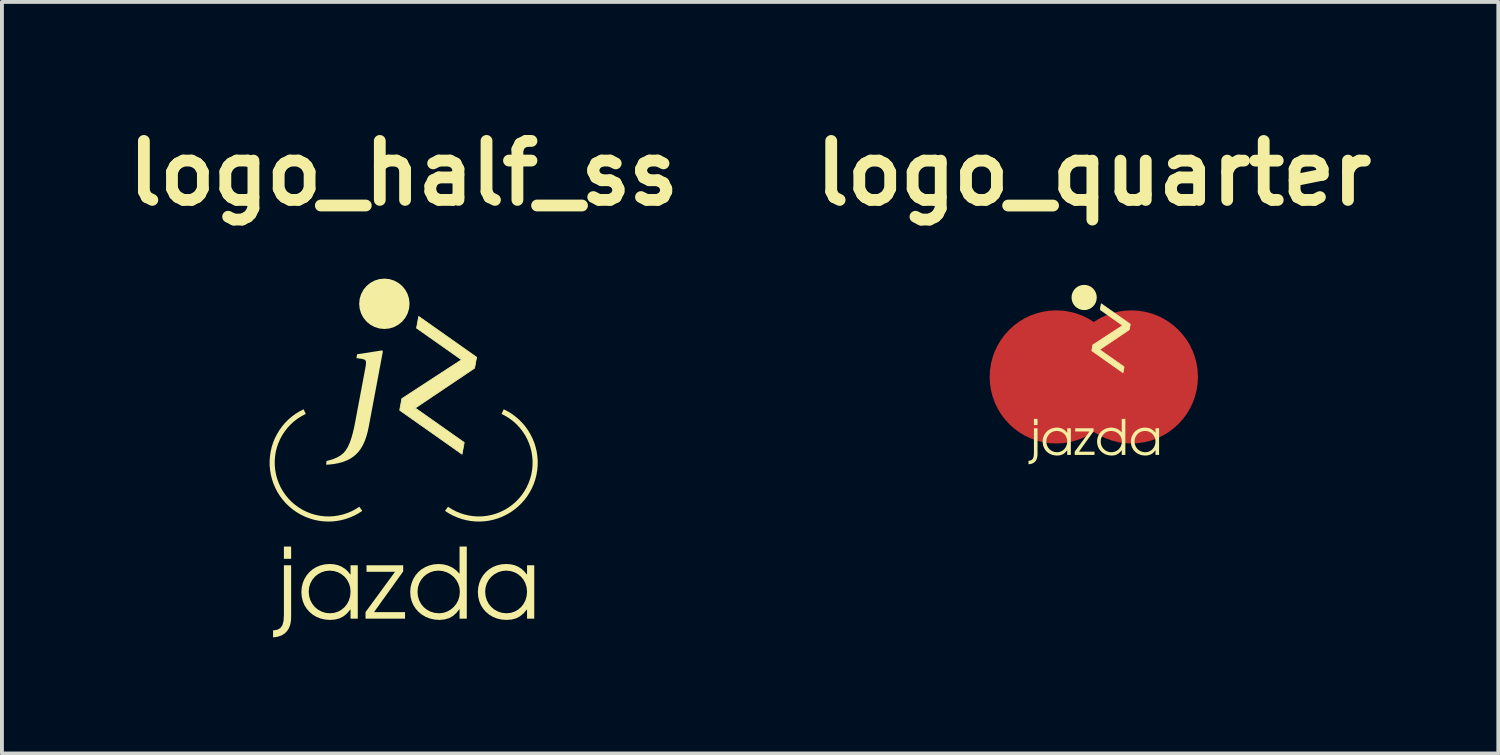
<source format=kicad_pcb>
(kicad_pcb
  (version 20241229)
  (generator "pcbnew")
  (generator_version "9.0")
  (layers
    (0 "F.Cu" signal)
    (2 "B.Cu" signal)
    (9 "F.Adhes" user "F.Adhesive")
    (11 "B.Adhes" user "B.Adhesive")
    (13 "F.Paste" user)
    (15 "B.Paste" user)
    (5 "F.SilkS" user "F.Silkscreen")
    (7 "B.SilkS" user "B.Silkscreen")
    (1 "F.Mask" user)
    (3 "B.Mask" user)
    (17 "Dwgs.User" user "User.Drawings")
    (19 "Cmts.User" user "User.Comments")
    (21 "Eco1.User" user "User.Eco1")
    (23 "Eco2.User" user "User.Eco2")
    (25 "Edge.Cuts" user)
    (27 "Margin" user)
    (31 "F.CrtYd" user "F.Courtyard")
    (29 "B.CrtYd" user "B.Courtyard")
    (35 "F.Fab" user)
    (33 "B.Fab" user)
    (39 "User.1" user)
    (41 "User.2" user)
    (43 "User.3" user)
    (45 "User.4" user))
  (footprint "logo_quarter"
    (layer "F.Cu")
    (at 25.214 6.711)
    (property "Reference" "logo_quarter" (at 0 -5.284 0) (layer "F.SilkS") (effects (font (size 1.524 1.524) (thickness 0.305))))
    (attr smd)
    (fp_circle (center -0.971 -0.021) (end -0.971 -0.021) (stroke (width 1.72) (type solid)) (fill no) (layer "F.Cu"))
    (fp_circle (center 0.971 -0.021) (end 0.971 -0.021) (stroke (width 1.72) (type solid)) (fill no) (layer "F.Cu"))
    (fp_poly (pts (xy -0.28 -1.471) (xy -0.601 -1.421) (xy -0.61 -1.372) (xy -0.537 -1.362) (xy -0.5 -1.35) (xy -0.485 -1.324) (xy -0.49 -1.272) (xy -0.626 -0.546) (xy -0.641 -0.475) (xy -0.657 -0.407) (xy -0.675 -0.342) (xy -0.696 -0.282) (xy -0.719 -0.228) (xy -0.746 -0.183) (xy -0.779 -0.145) (xy -0.819 -0.112) (xy -0.868 -0.085) (xy -0.927 -0.061) (xy -0.997 -0.042) (xy -1.002 0.005) (xy -0.96 0.004) (xy -0.908 -0.002) (xy -0.852 -0.012) (xy -0.784 -0.03) (xy -0.725 -0.054) (xy -0.672 -0.083) (xy -0.627 -0.117) (xy -0.588 -0.157) (xy -0.554 -0.201) (xy -0.525 -0.25) (xy -0.501 -0.303) (xy -0.481 -0.361) (xy -0.465 -0.423) (xy -0.451 -0.489) (xy -0.268 -1.459) (xy -0.28 -1.471)) (stroke (width 0) (type solid)) (fill yes) (layer "F.Cu"))
    (fp_poly (pts (xy -0.28 -1.471) (xy -0.601 -1.421) (xy -0.61 -1.372) (xy -0.537 -1.362) (xy -0.5 -1.35) (xy -0.485 -1.324) (xy -0.49 -1.272) (xy -0.626 -0.546) (xy -0.641 -0.475) (xy -0.657 -0.407) (xy -0.675 -0.342) (xy -0.696 -0.282) (xy -0.719 -0.228) (xy -0.746 -0.183) (xy -0.779 -0.145) (xy -0.819 -0.112) (xy -0.868 -0.085) (xy -0.927 -0.061) (xy -0.997 -0.042) (xy -1.002 0.005) (xy -0.96 0.004) (xy -0.908 -0.002) (xy -0.852 -0.012) (xy -0.784 -0.03) (xy -0.725 -0.054) (xy -0.672 -0.083) (xy -0.627 -0.117) (xy -0.588 -0.157) (xy -0.554 -0.201) (xy -0.525 -0.25) (xy -0.501 -0.303) (xy -0.481 -0.361) (xy -0.465 -0.423) (xy -0.451 -0.489) (xy -0.268 -1.459) (xy -0.28 -1.471)) (stroke (width 0) (type solid)) (fill yes) (layer "F.Mask"))
    (fp_poly (pts (xy -1.293 -0.71) (xy -1.347 -0.682) (xy -1.399 -0.65) (xy -1.447 -0.615) (xy -1.493 -0.575) (xy -1.534 -0.533) (xy -1.573 -0.487) (xy -1.607 -0.439) (xy -1.638 -0.388) (xy -1.664 -0.335) (xy -1.687 -0.28) (xy -1.705 -0.223) (xy -1.719 -0.164) (xy -1.728 -0.104) (xy -1.732 -0.043) (xy -1.731 0.018) (xy -1.726 0.079) (xy -1.716 0.138) (xy -1.701 0.196) (xy -1.681 0.252) (xy -1.658 0.307) (xy -1.63 0.36) (xy -1.599 0.41) (xy -1.563 0.457) (xy -1.524 0.502) (xy -1.481 0.544) (xy -1.435 0.583) (xy -1.385 0.618) (xy -1.333 0.649) (xy -1.277 0.676) (xy -1.221 0.698) (xy -1.163 0.715) (xy -1.105 0.728) (xy -1.046 0.736) (xy -0.987 0.74) (xy -0.927 0.739) (xy -0.868 0.733) (xy -0.81 0.723) (xy -0.752 0.708) (xy -0.695 0.688) (xy -0.64 0.664) (xy -0.587 0.636) (xy -0.535 0.602) (xy -0.573 0.548) (xy -0.624 0.581) (xy -0.676 0.608) (xy -0.731 0.631) (xy -0.787 0.649) (xy -0.844 0.662) (xy -0.902 0.671) (xy -0.96 0.674) (xy -1.019 0.672) (xy -1.077 0.666) (xy -1.134 0.655) (xy -1.191 0.638) (xy -1.247 0.617) (xy -1.301 0.591) (xy -1.353 0.56) (xy -1.401 0.525) (xy -1.446 0.487) (xy -1.487 0.445) (xy -1.525 0.4) (xy -1.558 0.352) (xy -1.587 0.301) (xy -1.612 0.248) (xy -1.633 0.193) (xy -1.648 0.137) (xy -1.659 0.079) (xy -1.665 0.019) (xy -1.666 -0.041) (xy -1.662 -0.101) (xy -1.652 -0.16) (xy -1.638 -0.217) (xy -1.619 -0.273) (xy -1.595 -0.327) (xy -1.568 -0.378) (xy -1.535 -0.427) (xy -1.499 -0.473) (xy -1.46 -0.515) (xy -1.416 -0.555) (xy -1.369 -0.591) (xy -1.319 -0.623) (xy -1.265 -0.65) (xy -1.293 -0.71)) (stroke (width 0) (type solid)) (fill yes) (layer "F.Mask"))
    (fp_poly (pts (xy 1.292 -0.71) (xy 1.347 -0.682) (xy 1.398 -0.65) (xy 1.447 -0.615) (xy 1.492 -0.575) (xy 1.534 -0.533) (xy 1.572 -0.487) (xy 1.607 -0.439) (xy 1.638 -0.388) (xy 1.664 -0.335) (xy 1.687 -0.28) (xy 1.705 -0.223) (xy 1.719 -0.164) (xy 1.728 -0.104) (xy 1.732 -0.043) (xy 1.731 0.018) (xy 1.726 0.079) (xy 1.715 0.138) (xy 1.701 0.196) (xy 1.681 0.252) (xy 1.658 0.307) (xy 1.63 0.36) (xy 1.598 0.41) (xy 1.563 0.457) (xy 1.524 0.502) (xy 1.481 0.544) (xy 1.434 0.583) (xy 1.385 0.618) (xy 1.332 0.649) (xy 1.277 0.676) (xy 1.22 0.698) (xy 1.163 0.715) (xy 1.104 0.728) (xy 1.045 0.736) (xy 0.986 0.74) (xy 0.927 0.739) (xy 0.868 0.733) (xy 0.809 0.723) (xy 0.752 0.708) (xy 0.695 0.688) (xy 0.64 0.664) (xy 0.586 0.636) (xy 0.535 0.602) (xy 0.572 0.548) (xy 0.623 0.581) (xy 0.676 0.608) (xy 0.731 0.631) (xy 0.786 0.649) (xy 0.844 0.662) (xy 0.901 0.671) (xy 0.96 0.674) (xy 1.018 0.672) (xy 1.076 0.666) (xy 1.134 0.655) (xy 1.191 0.638) (xy 1.247 0.617) (xy 1.301 0.591) (xy 1.353 0.56) (xy 1.401 0.525) (xy 1.446 0.487) (xy 1.487 0.445) (xy 1.524 0.4) (xy 1.558 0.352) (xy 1.587 0.301) (xy 1.612 0.248) (xy 1.632 0.193) (xy 1.648 0.137) (xy 1.659 0.079) (xy 1.665 0.019) (xy 1.666 -0.041) (xy 1.661 -0.101) (xy 1.652 -0.16) (xy 1.637 -0.217) (xy 1.618 -0.273) (xy 1.595 -0.327) (xy 1.567 -0.378) (xy 1.535 -0.427) (xy 1.499 -0.473) (xy 1.459 -0.515) (xy 1.415 -0.555) (xy 1.368 -0.591) (xy 1.318 -0.623) (xy 1.265 -0.65) (xy 1.292 -0.71)) (stroke (width 0) (type solid)) (fill yes) (layer "F.Mask"))
    (fp_circle (center -0.249 -2.074) (end -0.249 -2.074) (stroke (width 0.326) (type solid)) (fill no) (layer "F.SilkS"))
    (fp_poly (pts (xy -0.493 1.994) (xy 0.018 1.994) (xy 0.018 1.91) (xy -0.383 1.91) (xy -0.006 1.384) (xy -0.006 1.305) (xy -0.48 1.305) (xy -0.48 1.389) (xy -0.112 1.389) (xy -0.493 1.91) (xy -0.493 1.994)) (stroke (width 0) (type solid)) (fill yes) (layer "F.SilkS"))
    (fp_poly (pts (xy -0.051 -0.698) (xy 0.754 -0.131) (xy 0.782 -0.281) (xy 0.149 -0.726) (xy 0.916 -1.242) (xy 0.942 -1.383) (xy 0.194 -1.91) (xy 0.167 -1.76) (xy 0.747 -1.351) (xy -0.024 -0.848) (xy -0.051 -0.698)) (stroke (width 0.021) (type solid)) (fill yes) (layer "F.SilkS"))
    (fp_poly (pts (xy -1.454 1.305) (xy -1.547 1.222) (xy -1.454 1.222) (xy -1.454 1.063) (xy -1.547 1.063) (xy -1.547 1.222) (xy -1.454 1.305) (xy -1.547 1.305) (xy -1.547 1.946) (xy -1.552 2.022) (xy -1.566 2.077) (xy -1.593 2.115) (xy -1.633 2.138) (xy -1.687 2.147) (xy -1.687 2.236) (xy -1.631 2.229) (xy -1.582 2.213) (xy -1.54 2.189) (xy -1.507 2.156) (xy -1.482 2.116) (xy -1.464 2.067) (xy -1.455 2.011) (xy -1.454 1.946) (xy -1.454 1.305)) (stroke (width 0) (type solid)) (fill yes) (layer "F.SilkS"))
    (fp_poly (pts (xy 0.815 1.063) (xy 0.704 1.541) (xy 0.72 1.593) (xy 0.726 1.648) (xy 0.72 1.703) (xy 0.705 1.755) (xy 0.68 1.803) (xy 0.647 1.844) (xy 0.607 1.878) (xy 0.562 1.903) (xy 0.511 1.919) (xy 0.457 1.925) (xy 0.4 1.92) (xy 0.347 1.904) (xy 0.299 1.879) (xy 0.259 1.845) (xy 0.225 1.804) (xy 0.2 1.757) (xy 0.184 1.704) (xy 0.179 1.646) (xy 0.184 1.591) (xy 0.2 1.54) (xy 0.225 1.494) (xy 0.257 1.454) (xy 0.297 1.42) (xy 0.343 1.395) (xy 0.394 1.38) (xy 0.449 1.374) (xy 0.505 1.38) (xy 0.557 1.396) (xy 0.604 1.421) (xy 0.645 1.454) (xy 0.679 1.495) (xy 0.704 1.541) (xy 0.815 1.063) (xy 0.722 1.063) (xy 0.722 1.414) (xy 0.678 1.37) (xy 0.629 1.335) (xy 0.574 1.309) (xy 0.514 1.294) (xy 0.451 1.288) (xy 0.39 1.293) (xy 0.333 1.306) (xy 0.28 1.328) (xy 0.232 1.357) (xy 0.189 1.392) (xy 0.153 1.434) (xy 0.124 1.482) (xy 0.102 1.534) (xy 0.089 1.591) (xy 0.084 1.651) (xy 0.089 1.711) (xy 0.103 1.767) (xy 0.125 1.819) (xy 0.155 1.866) (xy 0.192 1.908) (xy 0.236 1.943) (xy 0.285 1.972) (xy 0.339 1.993) (xy 0.398 2.006) (xy 0.46 2.011) (xy 0.525 2.006) (xy 0.582 1.99) (xy 0.633 1.962) (xy 0.679 1.923) (xy 0.722 1.87) (xy 0.722 1.994) (xy 0.815 1.994) (xy 0.815 1.063)) (stroke (width 0) (type solid)) (fill yes) (layer "F.SilkS"))
    (fp_poly (pts (xy -0.593 1.305) (xy -0.731 1.493) (xy -0.707 1.539) (xy -0.692 1.591) (xy -0.686 1.646) (xy -0.692 1.704) (xy -0.707 1.756) (xy -0.731 1.804) (xy -0.763 1.845) (xy -0.802 1.878) (xy -0.847 1.904) (xy -0.897 1.92) (xy -0.951 1.925) (xy -1.008 1.919) (xy -1.06 1.903) (xy -1.107 1.878) (xy -1.148 1.844) (xy -1.181 1.803) (xy -1.206 1.755) (xy -1.222 1.702) (xy -1.227 1.645) (xy -1.222 1.59) (xy -1.206 1.54) (xy -1.181 1.494) (xy -1.148 1.453) (xy -1.108 1.42) (xy -1.062 1.395) (xy -1.011 1.38) (xy -0.956 1.374) (xy -0.901 1.38) (xy -0.85 1.395) (xy -0.804 1.42) (xy -0.764 1.453) (xy -0.731 1.493) (xy -0.593 1.305) (xy -0.686 1.305) (xy -0.686 1.427) (xy -0.722 1.384) (xy -0.761 1.349) (xy -0.804 1.322) (xy -0.85 1.303) (xy -0.902 1.292) (xy -0.959 1.288) (xy -1.019 1.293) (xy -1.076 1.306) (xy -1.128 1.328) (xy -1.176 1.357) (xy -1.218 1.392) (xy -1.253 1.434) (xy -1.282 1.482) (xy -1.304 1.534) (xy -1.317 1.591) (xy -1.322 1.651) (xy -1.317 1.712) (xy -1.304 1.768) (xy -1.282 1.82) (xy -1.253 1.867) (xy -1.216 1.909) (xy -1.174 1.944) (xy -1.125 1.972) (xy -1.071 1.993) (xy -1.013 2.006) (xy -0.951 2.011) (xy -0.886 2.006) (xy -0.829 1.991) (xy -0.778 1.965) (xy -0.731 1.926) (xy -0.686 1.873) (xy -0.686 1.994) (xy -0.593 1.994) (xy -0.593 1.305)) (stroke (width 0) (type solid)) (fill yes) (layer "F.SilkS"))
    (fp_poly (pts (xy 1.687 1.305) (xy 1.549 1.493) (xy 1.573 1.539) (xy 1.588 1.591) (xy 1.594 1.646) (xy 1.588 1.704) (xy 1.573 1.756) (xy 1.549 1.804) (xy 1.517 1.845) (xy 1.478 1.878) (xy 1.433 1.904) (xy 1.383 1.92) (xy 1.329 1.925) (xy 1.272 1.919) (xy 1.22 1.903) (xy 1.173 1.878) (xy 1.132 1.844) (xy 1.099 1.803) (xy 1.074 1.755) (xy 1.058 1.702) (xy 1.053 1.645) (xy 1.058 1.59) (xy 1.074 1.54) (xy 1.099 1.494) (xy 1.132 1.453) (xy 1.172 1.42) (xy 1.218 1.395) (xy 1.269 1.38) (xy 1.324 1.374) (xy 1.379 1.38) (xy 1.43 1.395) (xy 1.476 1.42) (xy 1.516 1.453) (xy 1.549 1.493) (xy 1.687 1.305) (xy 1.594 1.305) (xy 1.594 1.427) (xy 1.558 1.384) (xy 1.519 1.349) (xy 1.477 1.322) (xy 1.43 1.303) (xy 1.378 1.292) (xy 1.321 1.288) (xy 1.261 1.293) (xy 1.204 1.306) (xy 1.152 1.328) (xy 1.104 1.357) (xy 1.062 1.392) (xy 1.027 1.434) (xy 0.998 1.482) (xy 0.976 1.534) (xy 0.963 1.591) (xy 0.958 1.651) (xy 0.963 1.712) (xy 0.976 1.768) (xy 0.998 1.82) (xy 1.027 1.867) (xy 1.064 1.909) (xy 1.107 1.944) (xy 1.155 1.972) (xy 1.209 1.993) (xy 1.267 2.006) (xy 1.329 2.011) (xy 1.394 2.006) (xy 1.451 1.991) (xy 1.502 1.965) (xy 1.549 1.926) (xy 1.594 1.873) (xy 1.594 1.994) (xy 1.687 1.994) (xy 1.687 1.305)) (stroke (width 0) (type solid)) (fill yes) (layer "F.SilkS")))
  (footprint "logo_half_ss"
    (layer "F.Cu")
    (at 7.381 8.947)
    (property "Reference" "logo_half_ss" (at 0 -7.521 0) (layer "F.SilkS") (effects (font (size 1.524 1.524) (thickness 0.305))))
    (attr smd)
    (fp_circle (center -0.499 -4.147) (end -0.499 -4.147) (stroke (width 0.651) (type solid)) (fill no) (layer "F.SilkS"))
    (fp_poly (pts (xy -0.986 3.989) (xy 0.035 3.989) (xy 0.035 3.82) (xy -0.766 3.82) (xy -0.012 2.768) (xy -0.012 2.61) (xy -0.96 2.61) (xy -0.96 2.779) (xy -0.224 2.779) (xy -0.986 3.82) (xy -0.986 3.989)) (stroke (width 0) (type solid)) (fill yes) (layer "F.SilkS"))
    (fp_poly (pts (xy -0.102 -1.396) (xy 1.508 -0.261) (xy 1.564 -0.562) (xy 0.299 -1.453) (xy 1.832 -2.484) (xy 1.884 -2.766) (xy 0.389 -3.82) (xy 0.333 -3.519) (xy 1.495 -2.701) (xy -0.047 -1.696) (xy -0.102 -1.396)) (stroke (width 0.021) (type solid)) (fill yes) (layer "F.SilkS"))
    (fp_poly (pts (xy -2.908 2.61) (xy -3.095 2.443) (xy -2.908 2.443) (xy -2.908 2.126) (xy -3.095 2.126) (xy -3.095 2.443) (xy -2.908 2.61) (xy -3.095 2.61) (xy -3.095 3.893) (xy -3.103 4.043) (xy -3.132 4.154) (xy -3.185 4.23) (xy -3.265 4.276) (xy -3.375 4.294) (xy -3.375 4.473) (xy -3.261 4.458) (xy -3.163 4.426) (xy -3.081 4.377) (xy -3.014 4.312) (xy -2.963 4.231) (xy -2.928 4.134) (xy -2.91 4.021) (xy -2.908 3.893) (xy -2.908 2.61)) (stroke (width 0) (type solid)) (fill yes) (layer "F.SilkS"))
    (fp_poly (pts (xy -0.56 -2.942) (xy -1.202 -2.843) (xy -1.221 -2.743) (xy -1.074 -2.723) (xy -0.999 -2.7) (xy -0.971 -2.648) (xy -0.98 -2.545) (xy -1.253 -1.092) (xy -1.281 -0.951) (xy -1.313 -0.813) (xy -1.35 -0.683) (xy -1.391 -0.563) (xy -1.439 -0.456) (xy -1.492 -0.366) (xy -1.557 -0.289) (xy -1.638 -0.224) (xy -1.736 -0.169) (xy -1.853 -0.123) (xy -1.993 -0.084) (xy -2.004 0.011) (xy -1.92 0.007) (xy -1.816 -0.005) (xy -1.703 -0.025) (xy -1.568 -0.061) (xy -1.449 -0.108) (xy -1.345 -0.166) (xy -1.254 -0.235) (xy -1.175 -0.313) (xy -1.108 -0.402) (xy -1.051 -0.5) (xy -1.003 -0.607) (xy -0.963 -0.722) (xy -0.929 -0.846) (xy -0.901 -0.977) (xy -0.537 -2.918) (xy -0.56 -2.942)) (stroke (width 0) (type solid)) (fill yes) (layer "F.SilkS"))
    (fp_poly (pts (xy 1.631 2.126) (xy 1.409 3.082) (xy 1.441 3.185) (xy 1.452 3.295) (xy 1.441 3.407) (xy 1.41 3.511) (xy 1.36 3.605) (xy 1.294 3.687) (xy 1.214 3.755) (xy 1.123 3.806) (xy 1.023 3.839) (xy 0.915 3.85) (xy 0.8 3.839) (xy 0.694 3.808) (xy 0.599 3.758) (xy 0.517 3.691) (xy 0.45 3.609) (xy 0.4 3.514) (xy 0.369 3.408) (xy 0.358 3.293) (xy 0.369 3.183) (xy 0.4 3.08) (xy 0.449 2.988) (xy 0.515 2.907) (xy 0.595 2.841) (xy 0.686 2.791) (xy 0.788 2.759) (xy 0.897 2.748) (xy 1.009 2.759) (xy 1.114 2.791) (xy 1.208 2.842) (xy 1.29 2.908) (xy 1.358 2.989) (xy 1.409 3.082) (xy 1.631 2.126) (xy 1.444 2.126) (xy 1.444 2.829) (xy 1.357 2.74) (xy 1.257 2.669) (xy 1.148 2.618) (xy 1.029 2.587) (xy 0.902 2.577) (xy 0.78 2.586) (xy 0.665 2.613) (xy 0.559 2.656) (xy 0.463 2.713) (xy 0.378 2.785) (xy 0.306 2.869) (xy 0.248 2.964) (xy 0.205 3.069) (xy 0.178 3.182) (xy 0.169 3.303) (xy 0.178 3.422) (xy 0.206 3.535) (xy 0.25 3.638) (xy 0.31 3.732) (xy 0.384 3.815) (xy 0.471 3.886) (xy 0.57 3.944) (xy 0.678 3.986) (xy 0.795 4.012) (xy 0.92 4.022) (xy 1.05 4.011) (xy 1.164 3.98) (xy 1.266 3.925) (xy 1.358 3.845) (xy 1.444 3.739) (xy 1.444 3.989) (xy 1.631 3.989) (xy 1.631 2.126)) (stroke (width 0) (type solid)) (fill yes) (layer "F.SilkS"))
    (fp_poly (pts (xy -1.186 2.61) (xy -1.463 2.985) (xy -1.414 3.078) (xy -1.383 3.181) (xy -1.373 3.293) (xy -1.383 3.407) (xy -1.413 3.513) (xy -1.462 3.608) (xy -1.526 3.69) (xy -1.604 3.757) (xy -1.694 3.807) (xy -1.794 3.839) (xy -1.902 3.85) (xy -2.016 3.839) (xy -2.12 3.807) (xy -2.214 3.756) (xy -2.295 3.688) (xy -2.362 3.606) (xy -2.412 3.511) (xy -2.443 3.405) (xy -2.454 3.29) (xy -2.443 3.181) (xy -2.412 3.079) (xy -2.362 2.987) (xy -2.296 2.907) (xy -2.216 2.841) (xy -2.123 2.791) (xy -2.022 2.759) (xy -1.912 2.748) (xy -1.801 2.759) (xy -1.699 2.79) (xy -1.607 2.84) (xy -1.528 2.905) (xy -1.463 2.985) (xy -1.186 2.61) (xy -1.373 2.61) (xy -1.373 2.854) (xy -1.444 2.767) (xy -1.522 2.697) (xy -1.607 2.644) (xy -1.7 2.606) (xy -1.803 2.584) (xy -1.917 2.577) (xy -2.038 2.586) (xy -2.152 2.613) (xy -2.256 2.656) (xy -2.351 2.713) (xy -2.435 2.785) (xy -2.507 2.869) (xy -2.565 2.964) (xy -2.608 3.069) (xy -2.634 3.182) (xy -2.643 3.303) (xy -2.634 3.424) (xy -2.607 3.537) (xy -2.564 3.641) (xy -2.505 3.735) (xy -2.432 3.817) (xy -2.347 3.888) (xy -2.25 3.945) (xy -2.143 3.987) (xy -2.026 4.013) (xy -1.902 4.022) (xy -1.771 4.012) (xy -1.657 3.982) (xy -1.556 3.93) (xy -1.462 3.852) (xy -1.373 3.747) (xy -1.373 3.989) (xy -1.186 3.989) (xy -1.186 2.61)) (stroke (width 0) (type solid)) (fill yes) (layer "F.SilkS"))
    (fp_poly (pts (xy 3.374 2.61) (xy 3.097 2.985) (xy 3.146 3.078) (xy 3.177 3.181) (xy 3.188 3.293) (xy 3.177 3.407) (xy 3.147 3.513) (xy 3.098 3.608) (xy 3.034 3.69) (xy 2.956 3.757) (xy 2.866 3.807) (xy 2.766 3.839) (xy 2.658 3.85) (xy 2.545 3.839) (xy 2.44 3.807) (xy 2.346 3.756) (xy 2.265 3.688) (xy 2.198 3.606) (xy 2.148 3.511) (xy 2.117 3.405) (xy 2.106 3.29) (xy 2.117 3.181) (xy 2.148 3.079) (xy 2.198 2.987) (xy 2.264 2.907) (xy 2.345 2.841) (xy 2.437 2.791) (xy 2.539 2.759) (xy 2.648 2.748) (xy 2.759 2.759) (xy 2.861 2.79) (xy 2.953 2.84) (xy 3.032 2.905) (xy 3.097 2.985) (xy 3.374 2.61) (xy 3.188 2.61) (xy 3.188 2.854) (xy 3.116 2.767) (xy 3.038 2.697) (xy 2.953 2.644) (xy 2.86 2.606) (xy 2.757 2.584) (xy 2.643 2.577) (xy 2.522 2.586) (xy 2.409 2.613) (xy 2.304 2.656) (xy 2.209 2.713) (xy 2.125 2.785) (xy 2.053 2.869) (xy 1.995 2.964) (xy 1.953 3.069) (xy 1.926 3.182) (xy 1.917 3.303) (xy 1.926 3.424) (xy 1.953 3.537) (xy 1.996 3.641) (xy 2.055 3.735) (xy 2.128 3.817) (xy 2.213 3.888) (xy 2.31 3.945) (xy 2.417 3.987) (xy 2.534 4.013) (xy 2.658 4.022) (xy 2.789 4.012) (xy 2.903 3.982) (xy 3.004 3.93) (xy 3.098 3.852) (xy 3.188 3.747) (xy 3.188 3.989) (xy 3.374 3.989) (xy 3.374 2.61)) (stroke (width 0) (type solid)) (fill yes) (layer "F.SilkS"))
    (fp_poly (pts (xy -2.586 -1.421) (xy -2.695 -1.365) (xy -2.798 -1.301) (xy -2.895 -1.229) (xy -2.985 -1.151) (xy -3.069 -1.066) (xy -3.145 -0.975) (xy -3.214 -0.878) (xy -3.275 -0.776) (xy -3.329 -0.67) (xy -3.374 -0.56) (xy -3.41 -0.446) (xy -3.437 -0.328) (xy -3.455 -0.208) (xy -3.464 -0.086) (xy -3.463 0.037) (xy -3.451 0.157) (xy -3.431 0.276) (xy -3.401 0.392) (xy -3.363 0.505) (xy -3.316 0.614) (xy -3.261 0.719) (xy -3.197 0.82) (xy -3.126 0.915) (xy -3.048 1.005) (xy -2.962 1.088) (xy -2.87 1.165) (xy -2.77 1.235) (xy -2.665 1.298) (xy -2.555 1.352) (xy -2.442 1.396) (xy -2.327 1.431) (xy -2.21 1.457) (xy -2.092 1.473) (xy -1.973 1.48) (xy -1.855 1.478) (xy -1.736 1.466) (xy -1.619 1.445) (xy -1.504 1.415) (xy -1.391 1.376) (xy -1.28 1.328) (xy -1.173 1.271) (xy -1.07 1.205) (xy -1.146 1.097) (xy -1.247 1.161) (xy -1.353 1.217) (xy -1.462 1.262) (xy -1.574 1.298) (xy -1.688 1.324) (xy -1.804 1.341) (xy -1.92 1.348) (xy -2.037 1.345) (xy -2.154 1.332) (xy -2.269 1.309) (xy -2.383 1.277) (xy -2.494 1.234) (xy -2.603 1.182) (xy -2.706 1.12) (xy -2.803 1.05) (xy -2.893 0.973) (xy -2.975 0.889) (xy -3.05 0.799) (xy -3.116 0.703) (xy -3.175 0.602) (xy -3.224 0.496) (xy -3.265 0.387) (xy -3.297 0.273) (xy -3.318 0.157) (xy -3.33 0.038) (xy -3.332 -0.082) (xy -3.323 -0.202) (xy -3.305 -0.32) (xy -3.276 -0.435) (xy -3.238 -0.546) (xy -3.191 -0.653) (xy -3.135 -0.756) (xy -3.071 -0.853) (xy -2.999 -0.945) (xy -2.919 -1.031) (xy -2.832 -1.11) (xy -2.738 -1.181) (xy -2.637 -1.245) (xy -2.53 -1.301) (xy -2.586 -1.421)) (stroke (width 0) (type solid)) (fill yes) (layer "F.SilkS"))
    (fp_poly (pts (xy 2.585 -1.421) (xy 2.694 -1.365) (xy 2.797 -1.301) (xy 2.894 -1.229) (xy 2.984 -1.151) (xy 3.068 -1.066) (xy 3.145 -0.975) (xy 3.214 -0.878) (xy 3.275 -0.776) (xy 3.328 -0.67) (xy 3.374 -0.56) (xy 3.41 -0.446) (xy 3.437 -0.328) (xy 3.455 -0.208) (xy 3.464 -0.086) (xy 3.462 0.037) (xy 3.451 0.157) (xy 3.431 0.276) (xy 3.401 0.392) (xy 3.363 0.505) (xy 3.316 0.614) (xy 3.26 0.719) (xy 3.197 0.82) (xy 3.126 0.915) (xy 3.047 1.005) (xy 2.961 1.088) (xy 2.869 1.165) (xy 2.77 1.235) (xy 2.664 1.298) (xy 2.554 1.352) (xy 2.441 1.396) (xy 2.326 1.431) (xy 2.209 1.457) (xy 2.091 1.473) (xy 1.972 1.48) (xy 1.854 1.478) (xy 1.735 1.466) (xy 1.618 1.445) (xy 1.503 1.415) (xy 1.39 1.376) (xy 1.279 1.328) (xy 1.172 1.271) (xy 1.069 1.205) (xy 1.145 1.097) (xy 1.246 1.161) (xy 1.352 1.217) (xy 1.461 1.262) (xy 1.573 1.298) (xy 1.687 1.324) (xy 1.803 1.341) (xy 1.919 1.348) (xy 2.036 1.345) (xy 2.153 1.332) (xy 2.268 1.309) (xy 2.382 1.277) (xy 2.493 1.234) (xy 2.602 1.182) (xy 2.705 1.12) (xy 2.802 1.05) (xy 2.892 0.973) (xy 2.974 0.889) (xy 3.049 0.799) (xy 3.115 0.703) (xy 3.174 0.602) (xy 3.223 0.496) (xy 3.264 0.387) (xy 3.296 0.273) (xy 3.317 0.157) (xy 3.329 0.038) (xy 3.331 -0.082) (xy 3.322 -0.202) (xy 3.304 -0.32) (xy 3.275 -0.435) (xy 3.237 -0.546) (xy 3.19 -0.653) (xy 3.134 -0.756) (xy 3.07 -0.853) (xy 2.998 -0.945) (xy 2.918 -1.031) (xy 2.831 -1.11) (xy 2.737 -1.181) (xy 2.636 -1.245) (xy 2.529 -1.301) (xy 2.585 -1.421)) (stroke (width 0) (type solid)) (fill yes) (layer "F.SilkS")))
  (gr_rect
    (start -3 -3)
    (end 35.667 16.42)
    (stroke (width 0.1) (type default))
    (fill no)
    (layer "Edge.Cuts")))
</source>
